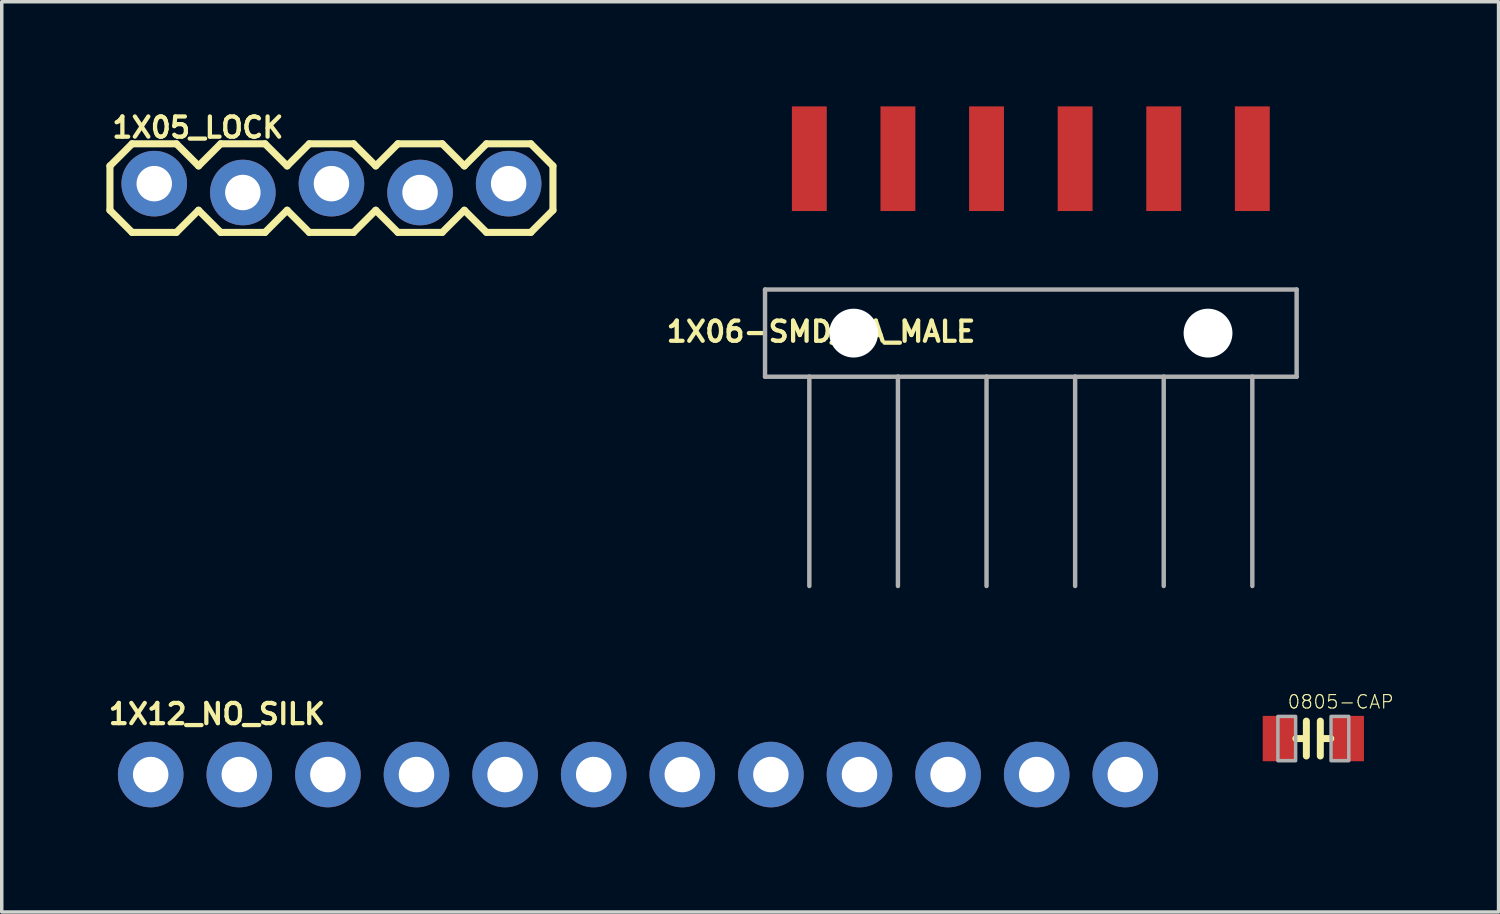
<source format=kicad_pcb>
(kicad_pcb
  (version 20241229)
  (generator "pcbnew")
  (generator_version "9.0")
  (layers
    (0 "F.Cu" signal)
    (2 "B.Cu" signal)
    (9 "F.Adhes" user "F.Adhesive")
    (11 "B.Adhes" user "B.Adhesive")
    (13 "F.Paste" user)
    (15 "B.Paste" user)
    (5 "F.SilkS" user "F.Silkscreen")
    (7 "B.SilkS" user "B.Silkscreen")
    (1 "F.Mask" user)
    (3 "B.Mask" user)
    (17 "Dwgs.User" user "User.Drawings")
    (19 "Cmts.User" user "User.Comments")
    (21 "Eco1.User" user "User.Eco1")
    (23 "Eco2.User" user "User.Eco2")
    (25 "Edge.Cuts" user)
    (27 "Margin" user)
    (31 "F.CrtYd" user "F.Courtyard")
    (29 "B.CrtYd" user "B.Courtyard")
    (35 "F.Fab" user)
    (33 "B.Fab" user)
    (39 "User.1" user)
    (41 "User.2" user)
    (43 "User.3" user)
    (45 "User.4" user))
  (footprint "0805-CAP"
    (layer "F.Cu")
    (at 34.601 18.123)
    (property "Reference" "0805-CAP" (at -0.762 -0.826 0) (layer "F.SilkS") (effects (font (size 0.386 0.386) (thickness 0.033)) (justify left bottom)))
    (attr through_hole)
    (fp_line (start -0.3 0) (end -0.5 0) (stroke (width 0.2) (type solid)) (layer "F.SilkS"))
    (fp_line (start -0.2 -0.5) (end -0.2 0.5) (stroke (width 0.2) (type solid)) (layer "F.SilkS"))
    (fp_line (start 0.2 -0.5) (end 0.2 0.5) (stroke (width 0.2) (type solid)) (layer "F.SilkS"))
    (fp_line (start 0.3 0) (end 0.5 0) (stroke (width 0.2) (type solid)) (layer "F.SilkS"))
    (fp_poly (pts (xy -1.016 0.635) (xy -0.508 0.635) (xy -0.508 -0.635) (xy -1.016 -0.635)) (stroke (width 0.1) (type solid)) (fill no) (layer "F.Fab"))
    (fp_poly (pts (xy 0.508 0.635) (xy 1.016 0.635) (xy 1.016 -0.635) (xy 0.508 -0.635)) (stroke (width 0.1) (type solid)) (fill no) (layer "F.Fab"))
    (pad "1" smd rect (at -1 0) (size 0.902 1.3) (layers "F.Cu" "F.Mask" "F.Paste"))
    (pad "2" smd rect (at 1 0) (size 0.902 1.3) (layers "F.Cu" "F.Mask" "F.Paste")))
  (footprint "1X12_NO_SILK"
    (layer "F.Cu")
    (at 1.27 19.155)
    (property "Reference" "1X12_NO_SILK" (at -1.27 -1.397 0) (layer "F.SilkS") (effects (font (size 0.579 0.579) (thickness 0.122)) (justify left bottom)))
    (attr through_hole)
    (pad "1" thru_hole circle (at 0 0 90) (size 1.88 1.88) (drill 1.016) (layers "*.Cu" "*.Mask"))
    (pad "2" thru_hole circle (at 2.54 0 90) (size 1.88 1.88) (drill 1.016) (layers "*.Cu" "*.Mask"))
    (pad "3" thru_hole circle (at 5.08 0 90) (size 1.88 1.88) (drill 1.016) (layers "*.Cu" "*.Mask"))
    (pad "4" thru_hole circle (at 7.62 0 90) (size 1.88 1.88) (drill 1.016) (layers "*.Cu" "*.Mask"))
    (pad "5" thru_hole circle (at 10.16 0 90) (size 1.88 1.88) (drill 1.016) (layers "*.Cu" "*.Mask"))
    (pad "6" thru_hole circle (at 12.7 0 90) (size 1.88 1.88) (drill 1.016) (layers "*.Cu" "*.Mask"))
    (pad "7" thru_hole circle (at 15.24 0 90) (size 1.88 1.88) (drill 1.016) (layers "*.Cu" "*.Mask"))
    (pad "8" thru_hole circle (at 17.78 0 90) (size 1.88 1.88) (drill 1.016) (layers "*.Cu" "*.Mask"))
    (pad "9" thru_hole circle (at 20.32 0 90) (size 1.88 1.88) (drill 1.016) (layers "*.Cu" "*.Mask"))
    (pad "10" thru_hole circle (at 22.86 0 90) (size 1.88 1.88) (drill 1.016) (layers "*.Cu" "*.Mask"))
    (pad "11" thru_hole circle (at 25.4 0 90) (size 1.88 1.88) (drill 1.016) (layers "*.Cu" "*.Mask"))
    (pad "12" thru_hole circle (at 27.94 0 90) (size 1.88 1.88) (drill 1.016) (layers "*.Cu" "*.Mask")))
  (footprint "1X05_LOCK"
    (layer "F.Cu")
    (at 1.372 2.342)
    (property "Reference" "1X05_LOCK" (at -1.27 -1.397 0) (layer "F.SilkS") (effects (font (size 0.579 0.579) (thickness 0.122)) (justify left bottom)))
    (attr through_hole)
    (fp_line (start -1.27 -0.635) (end -1.27 0.635) (stroke (width 0.203) (type solid)) (layer "F.SilkS"))
    (fp_line (start -1.27 0.635) (end -0.635 1.27) (stroke (width 0.203) (type solid)) (layer "F.SilkS"))
    (fp_line (start -0.635 -1.27) (end -1.27 -0.635) (stroke (width 0.203) (type solid)) (layer "F.SilkS"))
    (fp_line (start -0.635 -1.27) (end 0.635 -1.27) (stroke (width 0.203) (type solid)) (layer "F.SilkS"))
    (fp_line (start 0.635 -1.27) (end 1.27 -0.635) (stroke (width 0.203) (type solid)) (layer "F.SilkS"))
    (fp_line (start 0.635 1.27) (end -0.635 1.27) (stroke (width 0.203) (type solid)) (layer "F.SilkS"))
    (fp_line (start 1.27 -0.635) (end 1.905 -1.27) (stroke (width 0.203) (type solid)) (layer "F.SilkS"))
    (fp_line (start 1.27 0.635) (end 0.635 1.27) (stroke (width 0.203) (type solid)) (layer "F.SilkS"))
    (fp_line (start 1.905 -1.27) (end 3.175 -1.27) (stroke (width 0.203) (type solid)) (layer "F.SilkS"))
    (fp_line (start 1.905 1.27) (end 1.27 0.635) (stroke (width 0.203) (type solid)) (layer "F.SilkS"))
    (fp_line (start 3.175 -1.27) (end 3.81 -0.635) (stroke (width 0.203) (type solid)) (layer "F.SilkS"))
    (fp_line (start 3.175 1.27) (end 1.905 1.27) (stroke (width 0.203) (type solid)) (layer "F.SilkS"))
    (fp_line (start 3.81 -0.635) (end 4.445 -1.27) (stroke (width 0.203) (type solid)) (layer "F.SilkS"))
    (fp_line (start 3.81 0.635) (end 3.175 1.27) (stroke (width 0.203) (type solid)) (layer "F.SilkS"))
    (fp_line (start 4.445 -1.27) (end 5.715 -1.27) (stroke (width 0.203) (type solid)) (layer "F.SilkS"))
    (fp_line (start 4.445 1.27) (end 3.81 0.635) (stroke (width 0.203) (type solid)) (layer "F.SilkS"))
    (fp_line (start 5.715 -1.27) (end 6.35 -0.635) (stroke (width 0.203) (type solid)) (layer "F.SilkS"))
    (fp_line (start 5.715 1.27) (end 4.445 1.27) (stroke (width 0.203) (type solid)) (layer "F.SilkS"))
    (fp_line (start 6.35 0.635) (end 5.715 1.27) (stroke (width 0.203) (type solid)) (layer "F.SilkS"))
    (fp_line (start 6.35 0.635) (end 6.985 1.27) (stroke (width 0.203) (type solid)) (layer "F.SilkS"))
    (fp_line (start 6.985 -1.27) (end 6.35 -0.635) (stroke (width 0.203) (type solid)) (layer "F.SilkS"))
    (fp_line (start 6.985 -1.27) (end 8.255 -1.27) (stroke (width 0.203) (type solid)) (layer "F.SilkS"))
    (fp_line (start 8.255 -1.27) (end 8.89 -0.635) (stroke (width 0.203) (type solid)) (layer "F.SilkS"))
    (fp_line (start 8.255 1.27) (end 6.985 1.27) (stroke (width 0.203) (type solid)) (layer "F.SilkS"))
    (fp_line (start 8.89 -0.635) (end 9.525 -1.27) (stroke (width 0.203) (type solid)) (layer "F.SilkS"))
    (fp_line (start 8.89 0.635) (end 8.255 1.27) (stroke (width 0.203) (type solid)) (layer "F.SilkS"))
    (fp_line (start 9.525 -1.27) (end 10.795 -1.27) (stroke (width 0.203) (type solid)) (layer "F.SilkS"))
    (fp_line (start 9.525 1.27) (end 8.89 0.635) (stroke (width 0.203) (type solid)) (layer "F.SilkS"))
    (fp_line (start 10.795 -1.27) (end 11.43 -0.635) (stroke (width 0.203) (type solid)) (layer "F.SilkS"))
    (fp_line (start 10.795 1.27) (end 9.525 1.27) (stroke (width 0.203) (type solid)) (layer "F.SilkS"))
    (fp_line (start 11.43 -0.635) (end 11.43 0.635) (stroke (width 0.203) (type solid)) (layer "F.SilkS"))
    (fp_line (start 11.43 0.635) (end 10.795 1.27) (stroke (width 0.203) (type solid)) (layer "F.SilkS"))
    (fp_poly (pts (xy -0.254 0.254) (xy 0.254 0.254) (xy 0.254 -0.254) (xy -0.254 -0.254)) (stroke (width 0.1) (type solid)) (fill no) (layer "F.Fab"))
    (fp_poly (pts (xy 2.286 0.254) (xy 2.794 0.254) (xy 2.794 -0.254) (xy 2.286 -0.254)) (stroke (width 0.1) (type solid)) (fill no) (layer "F.Fab"))
    (fp_poly (pts (xy 4.826 0.254) (xy 5.334 0.254) (xy 5.334 -0.254) (xy 4.826 -0.254)) (stroke (width 0.1) (type solid)) (fill no) (layer "F.Fab"))
    (fp_poly (pts (xy 7.366 0.254) (xy 7.874 0.254) (xy 7.874 -0.254) (xy 7.366 -0.254)) (stroke (width 0.1) (type solid)) (fill no) (layer "F.Fab"))
    (fp_poly (pts (xy 9.906 0.254) (xy 10.414 0.254) (xy 10.414 -0.254) (xy 9.906 -0.254)) (stroke (width 0.1) (type solid)) (fill no) (layer "F.Fab"))
    (pad "1" thru_hole circle (at 0 -0.127 90) (size 1.88 1.88) (drill 1.016) (layers "*.Cu" "*.Mask"))
    (pad "2" thru_hole circle (at 2.54 0.127 90) (size 1.88 1.88) (drill 1.016) (layers "*.Cu" "*.Mask"))
    (pad "3" thru_hole circle (at 5.08 -0.127 90) (size 1.88 1.88) (drill 1.016) (layers "*.Cu" "*.Mask"))
    (pad "4" thru_hole circle (at 7.62 0.127 90) (size 1.88 1.88) (drill 1.016) (layers "*.Cu" "*.Mask"))
    (pad "5" thru_hole circle (at 10.16 -0.127 90) (size 1.88 1.88) (drill 1.016) (layers "*.Cu" "*.Mask")))
  (footprint "1X06-SMD_RA_MALE"
    (layer "F.Cu")
    (at 26.502 6.5)
    (property "Reference" "1X06-SMD_RA_MALE" (at -1.524 -0.381 0) (layer "F.SilkS") (effects (font (size 0.579 0.579) (thickness 0.122)) (justify right top)))
    (attr through_hole)
    (fp_line (start -7.62 -1.25) (end -7.62 1.25) (stroke (width 0.127) (type solid)) (layer "F.Fab"))
    (fp_line (start -7.62 1.25) (end -6.35 1.25) (stroke (width 0.127) (type solid)) (layer "F.Fab"))
    (fp_line (start -6.35 1.25) (end -6.35 7.25) (stroke (width 0.127) (type solid)) (layer "F.Fab"))
    (fp_line (start -6.35 1.25) (end -3.81 1.25) (stroke (width 0.127) (type solid)) (layer "F.Fab"))
    (fp_line (start -3.81 1.25) (end -3.81 7.25) (stroke (width 0.127) (type solid)) (layer "F.Fab"))
    (fp_line (start -3.81 1.25) (end -1.27 1.25) (stroke (width 0.127) (type solid)) (layer "F.Fab"))
    (fp_line (start -1.27 1.25) (end -1.27 7.25) (stroke (width 0.127) (type solid)) (layer "F.Fab"))
    (fp_line (start -1.27 1.25) (end 1.27 1.25) (stroke (width 0.127) (type solid)) (layer "F.Fab"))
    (fp_line (start 1.27 1.25) (end 1.27 7.25) (stroke (width 0.127) (type solid)) (layer "F.Fab"))
    (fp_line (start 1.27 1.25) (end 3.81 1.25) (stroke (width 0.127) (type solid)) (layer "F.Fab"))
    (fp_line (start 3.81 1.25) (end 3.81 7.25) (stroke (width 0.127) (type solid)) (layer "F.Fab"))
    (fp_line (start 3.81 1.25) (end 6.35 1.25) (stroke (width 0.127) (type solid)) (layer "F.Fab"))
    (fp_line (start 6.35 1.25) (end 6.35 7.25) (stroke (width 0.127) (type solid)) (layer "F.Fab"))
    (fp_line (start 6.35 1.25) (end 7.62 1.25) (stroke (width 0.127) (type solid)) (layer "F.Fab"))
    (fp_line (start 7.62 -1.25) (end -7.62 -1.25) (stroke (width 0.127) (type solid)) (layer "F.Fab"))
    (fp_line (start 7.62 1.25) (end 7.62 -1.25) (stroke (width 0.127) (type solid)) (layer "F.Fab"))
    (pad "" np_thru_hole circle (at -5.08 0) (size 1.4 1.4) (drill 1.4) (layers "*.Cu" "*.Mask"))
    (pad "" np_thru_hole circle (at 5.08 0) (size 1.4 1.4) (drill 1.4) (layers "*.Cu" "*.Mask"))
    (pad "1" smd rect (at -6.35 -5 90) (size 3 1) (layers "F.Cu" "F.Mask" "F.Paste"))
    (pad "2" smd rect (at -3.81 -5 90) (size 3 1) (layers "F.Cu" "F.Mask" "F.Paste"))
    (pad "3" smd rect (at -1.27 -5 90) (size 3 1) (layers "F.Cu" "F.Mask" "F.Paste"))
    (pad "4" smd rect (at 1.27 -5 90) (size 3 1) (layers "F.Cu" "F.Mask" "F.Paste"))
    (pad "5" smd rect (at 3.81 -5 90) (size 3 1) (layers "F.Cu" "F.Mask" "F.Paste"))
    (pad "6" smd rect (at 6.35 -5 90) (size 3 1) (layers "F.Cu" "F.Mask" "F.Paste")))
  (gr_rect
    (start -3 -3)
    (end 39.911 23.095)
    (stroke (width 0.1) (type default))
    (fill no)
    (layer "Edge.Cuts")))
</source>
